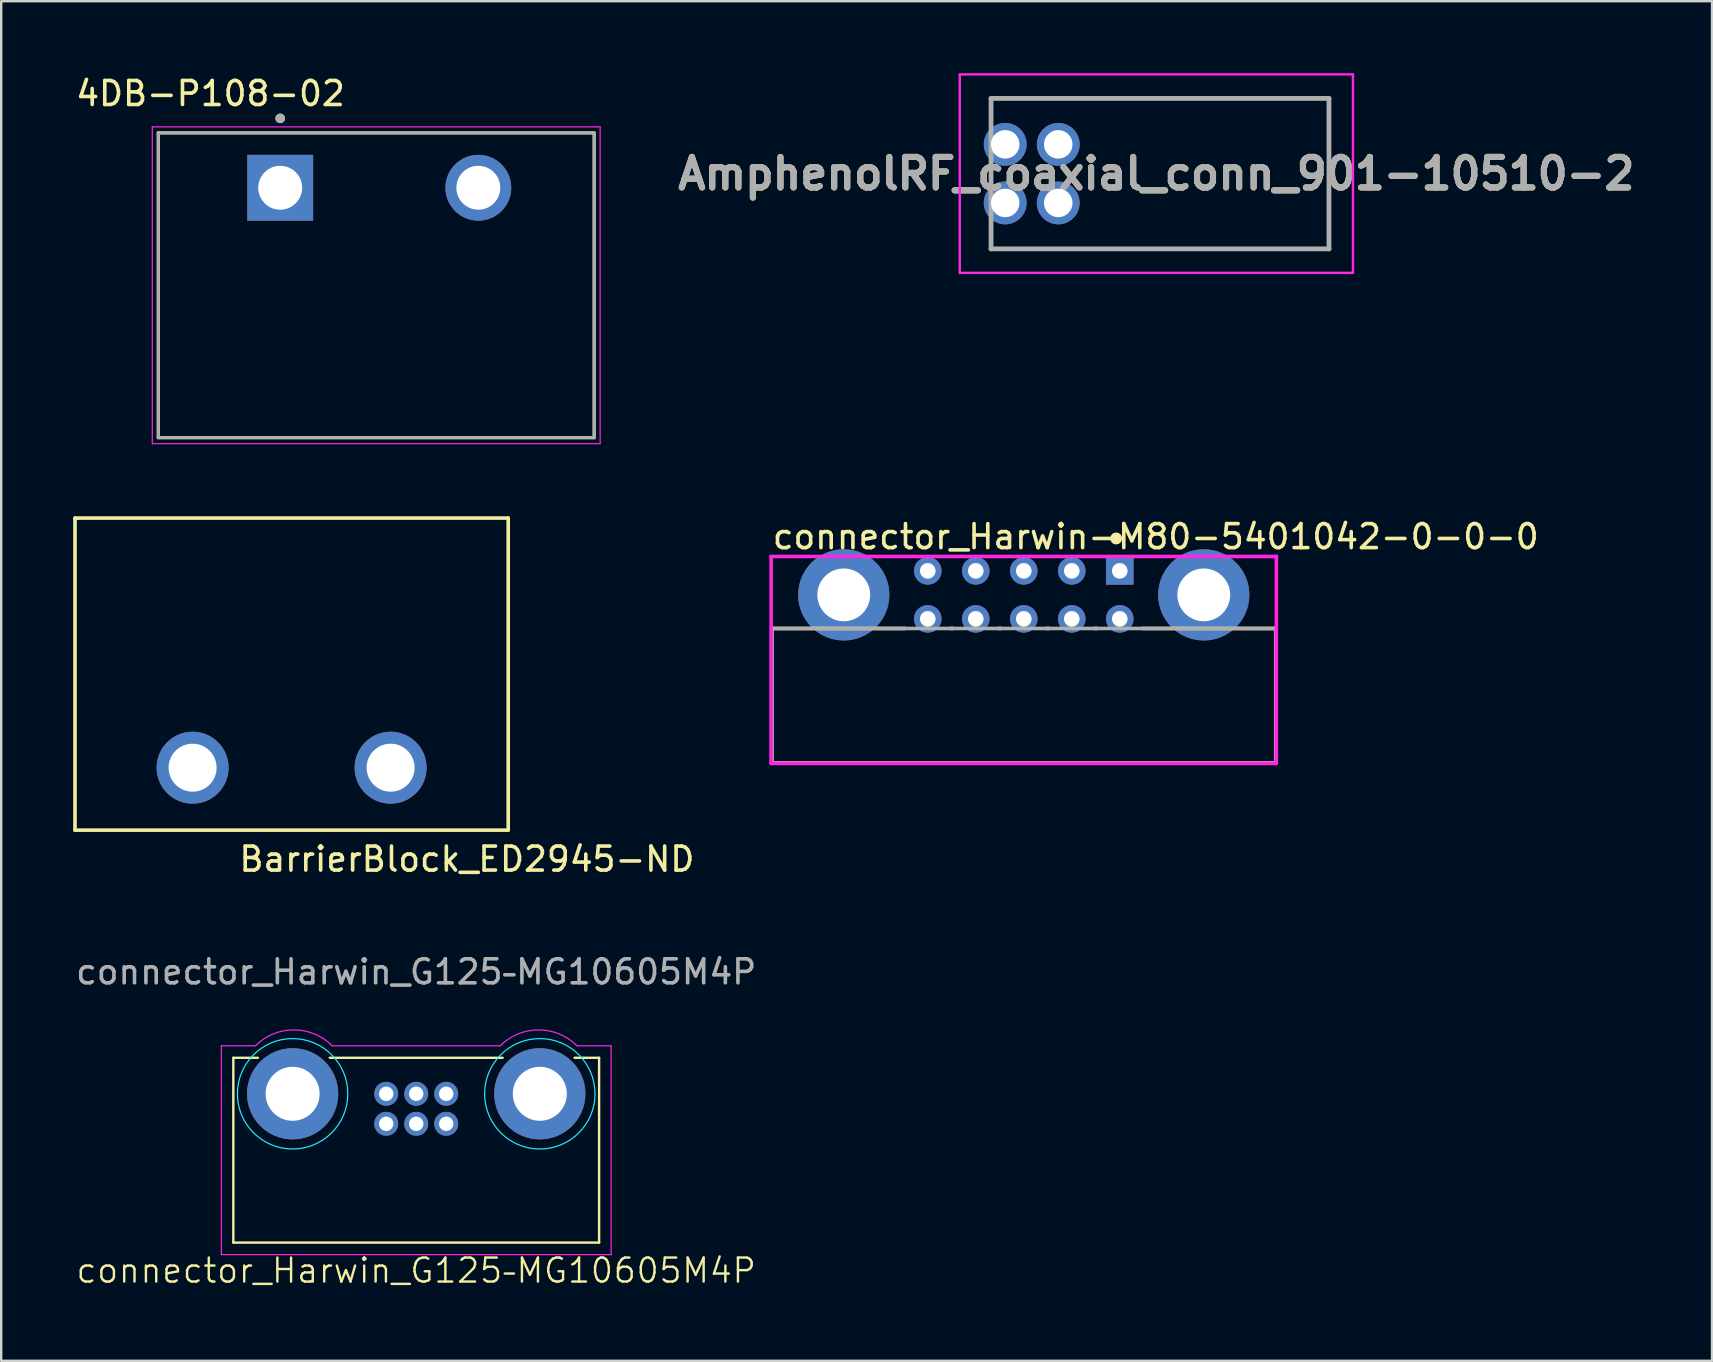
<source format=kicad_pcb>
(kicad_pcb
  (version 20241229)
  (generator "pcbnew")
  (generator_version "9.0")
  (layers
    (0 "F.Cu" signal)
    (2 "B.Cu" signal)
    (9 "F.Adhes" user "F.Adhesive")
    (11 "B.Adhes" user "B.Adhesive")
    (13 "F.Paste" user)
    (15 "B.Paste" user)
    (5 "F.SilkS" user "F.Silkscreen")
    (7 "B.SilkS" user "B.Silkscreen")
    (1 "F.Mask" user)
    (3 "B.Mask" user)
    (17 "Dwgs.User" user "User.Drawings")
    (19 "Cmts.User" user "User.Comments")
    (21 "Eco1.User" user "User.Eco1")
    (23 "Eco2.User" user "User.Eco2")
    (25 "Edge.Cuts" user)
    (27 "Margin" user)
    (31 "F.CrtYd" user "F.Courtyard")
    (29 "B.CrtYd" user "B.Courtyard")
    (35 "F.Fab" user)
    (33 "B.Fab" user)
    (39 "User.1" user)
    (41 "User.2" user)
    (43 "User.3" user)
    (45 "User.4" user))
  (footprint "BarrierBlock_ED2945-ND"
    (layer "F.Cu")
    (at 4.975 28.937)
    (property "Reference" "BarrierBlock_ED2945-ND" (at 11.43 3.81 0) (layer "F.SilkS") (effects (font (size 1 1) (thickness 0.15))))
    (attr through_hole)
    (fp_line (start -4.9 -10.4) (end -4.9 2.6) (stroke (width 0.15) (type solid)) (layer "F.SilkS"))
    (fp_line (start -4.9 -10.4) (end 13.15 -10.4) (stroke (width 0.15) (type solid)) (layer "F.SilkS"))
    (fp_line (start 13.15 -10.4) (end 13.15 2.6) (stroke (width 0.15) (type solid)) (layer "F.SilkS"))
    (fp_line (start 13.15 2.6) (end -4.9 2.6) (stroke (width 0.15) (type solid)) (layer "F.SilkS"))
    (pad "1" thru_hole circle (at 0 0) (size 3 3) (drill 2) (layers "*.Cu" "*.Mask"))
    (pad "2" thru_hole circle (at 8.25 0) (size 3 3) (drill 2) (layers "*.Cu" "*.Mask")))
  (footprint "connector_Harwin_G125–MG10605M4P"
    (layer "F.Cu")
    (at 14.292 42.524)
    (property "Reference" "connector_Harwin_G125–MG10605M4P" (at 0 7.366 0) (unlocked yes) (layer "F.SilkS") (effects (font (size 1 1) (thickness 0.1))))
    (attr smd)
    (fp_line (start -7.62 -1.5) (end -6.6 -1.5) (stroke (width 0.1) (type default)) (layer "F.SilkS"))
    (fp_line (start -7.62 6.2) (end -7.62 -1.5) (stroke (width 0.1) (type default)) (layer "F.SilkS"))
    (fp_line (start 3.6 -1.5) (end -3.6 -1.5) (stroke (width 0.1) (type default)) (layer "F.SilkS"))
    (fp_line (start 7.62 -1.5) (end 6.6 -1.5) (stroke (width 0.1) (type default)) (layer "F.SilkS"))
    (fp_line (start 7.62 -1.5) (end 7.62 6.2) (stroke (width 0.1) (type default)) (layer "F.SilkS"))
    (fp_line (start 7.62 6.2) (end -7.62 6.2) (stroke (width 0.1) (type default)) (layer "F.SilkS"))
    (fp_circle (center -5.15 0) (end -2.85 0) (stroke (width 0.05) (type default)) (fill no) (layer "B.CrtYd"))
    (fp_circle (center 5.15 0) (end 7.45 0) (stroke (width 0.05) (type default)) (fill no) (layer "B.CrtYd"))
    (fp_line (start -8.12 -2) (end -6.7 -2) (stroke (width 0.05) (type default)) (layer "F.CrtYd"))
    (fp_line (start -8.12 6.7) (end -8.12 -2) (stroke (width 0.05) (type default)) (layer "F.CrtYd"))
    (fp_line (start 3.5 -2) (end -3.5 -2) (stroke (width 0.05) (type default)) (layer "F.CrtYd"))
    (fp_line (start 8.12 -2) (end 6.7 -2) (stroke (width 0.05) (type default)) (layer "F.CrtYd"))
    (fp_line (start 8.12 6.7) (end -8.12 6.7) (stroke (width 0.05) (type default)) (layer "F.CrtYd"))
    (fp_line (start 8.12 6.7) (end 8.12 -2) (stroke (width 0.05) (type default)) (layer "F.CrtYd"))
    (fp_arc (start -6.7 -2) (mid -5.1 -2.662701) (end -3.5 -2) (stroke (width 0.05) (type default)) (layer "F.CrtYd"))
    (fp_arc (start 3.5 -2) (mid 5.1 -2.6627) (end 6.7 -2) (stroke (width 0.05) (type default)) (layer "F.CrtYd"))
    (fp_text user "${REFERENCE}" (at 0 -5.08 0) (unlocked yes) (layer "F.Fab") (effects (font (size 1 1) (thickness 0.15))))
    (pad "" thru_hole circle (at -5.15 0) (size 3.8 3.8) (drill 2.25) (layers "*.Cu" "*.Mask"))
    (pad "" thru_hole circle (at 5.15 0) (size 3.8 3.8) (drill 2.25) (layers "*.Cu" "*.Mask"))
    (pad "1" thru_hole circle (at 1.25 0) (size 1 1) (drill 0.6) (layers "*.Cu" "*.Mask"))
    (pad "2" thru_hole circle (at 0 0) (size 1 1) (drill 0.6) (layers "*.Cu" "*.Mask"))
    (pad "3" thru_hole circle (at -1.25 0) (size 1 1) (drill 0.6) (layers "*.Cu" "*.Mask"))
    (pad "4" thru_hole circle (at 1.25 1.25) (size 1 1) (drill 0.6) (layers "*.Cu" "*.Mask"))
    (pad "5" thru_hole circle (at 0 1.25) (size 1 1) (drill 0.6) (layers "*.Cu" "*.Mask"))
    (pad "6" thru_hole circle (at -1.25 1.25) (size 1 1) (drill 0.6) (layers "*.Cu" "*.Mask"))
    (zone (net_name "") (layer "F.Cu") (name "no_tht") (hatch edge 0.5) (connect_pads) (min_thickness 0.25) (filled_areas_thickness no) (keepout (tracks allowed) (vias allowed) (pads not_allowed) (copperpour allowed) (footprints allowed)) (placement (enabled no)) (fill) (polygon (pts (xy 6.672 44.834) (xy 21.912 44.834) (xy 21.912 48.724) (xy 6.672 48.724)))))
  (footprint "4DB-P108-02"
    (layer "F.Cu")
    (at 8.625 4.773)
    (property "Reference" "4DB-P108-02" (at -2.905 -3.925 0) (layer "F.SilkS") (effects (font (size 1 1) (thickness 0.15))))
    (attr through_hole)
    (fp_line (start -5.08 -2.286) (end 13.081 -2.286) (stroke (width 0.127) (type solid)) (layer "F.SilkS"))
    (fp_line (start -5.08 10.414) (end -5.08 -2.286) (stroke (width 0.127) (type solid)) (layer "F.SilkS"))
    (fp_line (start 13.081 -2.286) (end 13.081 10.414) (stroke (width 0.127) (type solid)) (layer "F.SilkS"))
    (fp_line (start 13.081 10.414) (end -5.08 10.414) (stroke (width 0.127) (type solid)) (layer "F.SilkS"))
    (fp_circle (center 0 -2.89) (end 0.1 -2.89) (stroke (width 0.2) (type solid)) (fill no) (layer "F.SilkS"))
    (fp_line (start -5.33 -2.536) (end 13.331 -2.536) (stroke (width 0.05) (type solid)) (layer "F.CrtYd"))
    (fp_line (start -5.33 10.664) (end -5.33 -2.536) (stroke (width 0.05) (type solid)) (layer "F.CrtYd"))
    (fp_line (start 13.331 -2.536) (end 13.331 10.664) (stroke (width 0.05) (type solid)) (layer "F.CrtYd"))
    (fp_line (start 13.331 10.664) (end -5.33 10.664) (stroke (width 0.05) (type solid)) (layer "F.CrtYd"))
    (fp_line (start -5.08 -2.286) (end 13.081 -2.286) (stroke (width 0.127) (type solid)) (layer "F.Fab"))
    (fp_line (start -5.08 10.414) (end -5.08 -2.286) (stroke (width 0.127) (type solid)) (layer "F.Fab"))
    (fp_line (start 13.081 -2.286) (end 13.081 10.414) (stroke (width 0.127) (type solid)) (layer "F.Fab"))
    (fp_line (start 13.081 10.414) (end -5.08 10.414) (stroke (width 0.127) (type solid)) (layer "F.Fab"))
    (fp_circle (center 0 -2.89) (end 0.1 -2.89) (stroke (width 0.2) (type solid)) (fill no) (layer "F.Fab"))
    (pad "1" thru_hole rect (at 0 0) (size 2.743 2.743) (drill 1.829) (layers "*.Cu" "*.Mask"))
    (pad "2" thru_hole circle (at 8.255 0) (size 2.743 2.743) (drill 1.829) (layers "*.Cu" "*.Mask")))
  (footprint "connector_Harwin-M80-5401042-0-0-0"
    (layer "F.Cu")
    (at 39.606 25.936)
    (property "Reference" "connector_Harwin-M80-5401042-0-0-0" (at -10.55 -6.625 0) (layer "F.SilkS") (effects (font (size 1 1) (thickness 0.15)) (justify left)))
    (attr through_hole)
    (fp_line (start -10.5 -2.8) (end -4.95 -2.8) (stroke (width 0.15) (type solid)) (layer "F.SilkS"))
    (fp_line (start -10.5 2.8) (end -10.5 -2.8) (stroke (width 0.15) (type solid)) (layer "F.SilkS"))
    (fp_line (start -10.5 2.8) (end 10.5 2.8) (stroke (width 0.15) (type solid)) (layer "F.SilkS"))
    (fp_line (start -3.05 -2.8) (end -2.95 -2.8) (stroke (width 0.15) (type solid)) (layer "F.SilkS"))
    (fp_line (start -1.05 -2.8) (end -0.95 -2.8) (stroke (width 0.15) (type solid)) (layer "F.SilkS"))
    (fp_line (start 0.95 -2.8) (end 1.05 -2.8) (stroke (width 0.15) (type solid)) (layer "F.SilkS"))
    (fp_line (start 2.95 -2.8) (end 3.05 -2.8) (stroke (width 0.15) (type solid)) (layer "F.SilkS"))
    (fp_line (start 4.95 -2.8) (end 10.5 -2.8) (stroke (width 0.15) (type solid)) (layer "F.SilkS"))
    (fp_line (start 10.5 2.8) (end 10.5 -2.8) (stroke (width 0.15) (type solid)) (layer "F.SilkS"))
    (fp_circle (center 3.85 -6.55) (end 3.975 -6.55) (stroke (width 0.25) (type solid)) (fill no) (layer "F.SilkS"))
    (fp_line (start -10.525 -5.8) (end -10.525 2.825) (stroke (width 0.15) (type solid)) (layer "F.CrtYd"))
    (fp_line (start -10.525 2.825) (end 10.525 2.825) (stroke (width 0.15) (type solid)) (layer "F.CrtYd"))
    (fp_line (start 10.525 -5.8) (end -10.525 -5.8) (stroke (width 0.15) (type solid)) (layer "F.CrtYd"))
    (fp_line (start 10.525 -5.8) (end 10.525 -5.8) (stroke (width 0.15) (type solid)) (layer "F.CrtYd"))
    (fp_line (start 10.525 2.825) (end 10.525 -5.8) (stroke (width 0.15) (type solid)) (layer "F.CrtYd"))
    (fp_line (start -10.5 -2.8) (end 10.5 -2.8) (stroke (width 0.15) (type solid)) (layer "F.Fab"))
    (fp_line (start -10.5 2.8) (end -10.5 -2.8) (stroke (width 0.15) (type solid)) (layer "F.Fab"))
    (fp_line (start 10.5 -2.8) (end 10.5 2.8) (stroke (width 0.15) (type solid)) (layer "F.Fab"))
    (fp_line (start 10.5 2.8) (end -10.5 2.8) (stroke (width 0.15) (type solid)) (layer "F.Fab"))
    (pad "" thru_hole circle (at -7.5 -4.2) (size 3.8 3.8) (drill 2.2) (layers "*.Cu" "*.Mask"))
    (pad "" thru_hole circle (at 7.5 -4.2) (size 3.8 3.8) (drill 2.2) (layers "*.Cu" "*.Mask"))
    (pad "1" thru_hole rect (at 4 -5.2) (size 1.15 1.15) (drill 0.65) (layers "*.Cu" "*.Mask"))
    (pad "2" thru_hole circle (at 4 -3.2) (size 1.15 1.15) (drill 0.65) (layers "*.Cu" "*.Mask"))
    (pad "3" thru_hole circle (at 2 -5.2) (size 1.15 1.15) (drill 0.65) (layers "*.Cu" "*.Mask"))
    (pad "4" thru_hole circle (at 2 -3.2) (size 1.15 1.15) (drill 0.65) (layers "*.Cu" "*.Mask"))
    (pad "5" thru_hole circle (at 0 -5.2) (size 1.15 1.15) (drill 0.65) (layers "*.Cu" "*.Mask"))
    (pad "6" thru_hole circle (at 0 -3.2) (size 1.15 1.15) (drill 0.65) (layers "*.Cu" "*.Mask"))
    (pad "7" thru_hole circle (at -2 -5.2) (size 1.15 1.15) (drill 0.65) (layers "*.Cu" "*.Mask"))
    (pad "8" thru_hole circle (at -2 -3.2) (size 1.15 1.15) (drill 0.65) (layers "*.Cu" "*.Mask"))
    (pad "9" thru_hole circle (at -4 -5.2) (size 1.15 1.15) (drill 0.65) (layers "*.Cu" "*.Mask"))
    (pad "10" thru_hole circle (at -4 -3.2) (size 1.15 1.15) (drill 0.65) (layers "*.Cu" "*.Mask")))
  (footprint "AmphenolRF_coaxial_conn_901-10510-2"
    (layer "F.Cu")
    (at 38.833 2.965)
    (property "Reference" "AmphenolRF_coaxial_conn_901-10510-2" (at 6.299 1.22 0) (layer "F.SilkS") (effects (font (size 1.27 1.27) (thickness 0.254))))
    (attr through_hole)
    (fp_line (start -0.59 -1.915) (end -0.59 -1.915) (stroke (width 0.1) (type solid)) (layer "F.SilkS"))
    (fp_line (start -0.59 -1.915) (end 13.46 -1.915) (stroke (width 0.1) (type solid)) (layer "F.SilkS"))
    (fp_line (start -0.54 4.355) (end -0.54 4.355) (stroke (width 0.1) (type solid)) (layer "F.SilkS"))
    (fp_line (start -0.54 4.355) (end 13.49 4.355) (stroke (width 0.1) (type solid)) (layer "F.SilkS"))
    (fp_line (start 13.46 -1.915) (end -0.59 -1.915) (stroke (width 0.1) (type solid)) (layer "F.SilkS"))
    (fp_line (start 13.46 -1.915) (end 13.46 -1.915) (stroke (width 0.1) (type solid)) (layer "F.SilkS"))
    (fp_line (start 13.49 -1.915) (end 13.49 -1.915) (stroke (width 0.1) (type solid)) (layer "F.SilkS"))
    (fp_line (start 13.49 -1.915) (end 13.49 4.355) (stroke (width 0.1) (type solid)) (layer "F.SilkS"))
    (fp_line (start 13.49 4.355) (end -0.54 4.355) (stroke (width 0.1) (type solid)) (layer "F.SilkS"))
    (fp_line (start 13.49 4.355) (end 13.49 -1.915) (stroke (width 0.1) (type solid)) (layer "F.SilkS"))
    (fp_line (start 13.49 4.355) (end 13.49 4.355) (stroke (width 0.1) (type solid)) (layer "F.SilkS"))
    (fp_line (start 13.49 4.355) (end 13.49 4.355) (stroke (width 0.1) (type solid)) (layer "F.SilkS"))
    (fp_line (start -1.893 -2.915) (end 14.49 -2.915) (stroke (width 0.1) (type solid)) (layer "F.CrtYd"))
    (fp_line (start -1.893 5.355) (end -1.893 -2.915) (stroke (width 0.1) (type solid)) (layer "F.CrtYd"))
    (fp_line (start 14.49 -2.915) (end 14.49 5.355) (stroke (width 0.1) (type solid)) (layer "F.CrtYd"))
    (fp_line (start 14.49 5.355) (end -1.893 5.355) (stroke (width 0.1) (type solid)) (layer "F.CrtYd"))
    (fp_line (start -0.59 -1.915) (end -0.59 4.355) (stroke (width 0.2) (type solid)) (layer "F.Fab"))
    (fp_line (start -0.59 4.355) (end 13.49 4.355) (stroke (width 0.2) (type solid)) (layer "F.Fab"))
    (fp_line (start 13.49 -1.915) (end -0.59 -1.915) (stroke (width 0.2) (type solid)) (layer "F.Fab"))
    (fp_line (start 13.49 4.355) (end 13.49 -1.915) (stroke (width 0.2) (type solid)) (layer "F.Fab"))
    (fp_text user "${REFERENCE}" (at 6.299 1.22 0) (layer "F.Fab") (effects (font (size 1.27 1.27) (thickness 0.254))))
    (pad "1" thru_hole circle (at 0 0) (size 1.785 1.785) (drill 1.19) (layers "*.Cu" "*.Mask"))
    (pad "2" thru_hole circle (at 0 2.44) (size 1.785 1.785) (drill 1.19) (layers "*.Cu" "*.Mask"))
    (pad "3" thru_hole circle (at 2.21 2.44) (size 1.785 1.785) (drill 1.19) (layers "*.Cu" "*.Mask"))
    (pad "4" thru_hole circle (at 2.21 0) (size 1.785 1.785) (drill 1.19) (layers "*.Cu" "*.Mask")))
  (gr_rect
    (start -3 -3)
    (end 68.283 53.65)
    (stroke (width 0.1) (type default))
    (fill no)
    (layer "Edge.Cuts")))
</source>
